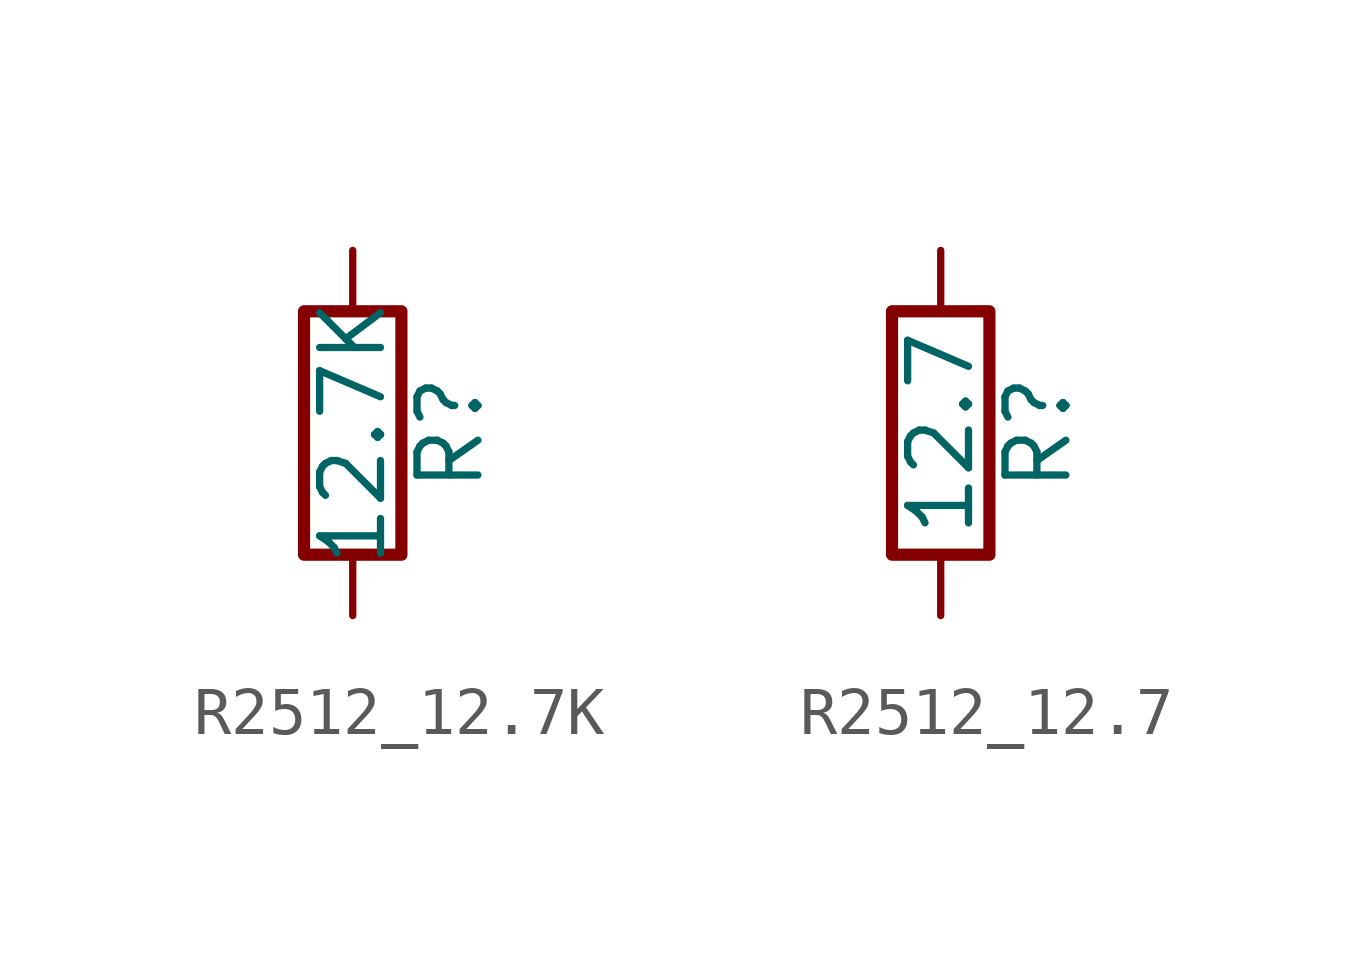
<source format=kicad_sym>
(kicad_symbol_lib
  (version 20211014)
  (generator atlantix-eda)
  (symbol "R2512_12.7K"
    (pin_numbers hide)
    (pin_names
      (offset 0))
    (property "Reference" "R"
      (at 2.032 0 90)
      (effects (font (size 1.27 1.27))))
    (property "Value" "12.7K"
      (at 0 0 90)
      (effects (font (size 1.27 1.27))))
    (symbol "R2512_12.7K_0_1"
      (rectangle (start -1.016 -2.54) (end 1.016 2.54) (stroke (width 0.254) (type default) (color 0 0 0 0)) (fill (type none))))
    (symbol "R2512_12.7K_1_1"
      (pin passive line (at 0 3.81 270) (length 1.27) (name "~" (effects (font (size 1.27 1.27)))) (number "1" (effects (font (size 1.27 1.27)))))
      (pin passive line (at 0 -3.81 90) (length 1.27) (name "~" (effects (font (size 1.27 1.27)))) (number "2" (effects (font (size 1.27 1.27)))))))
  (symbol "R2512_12.7"
    (pin_numbers hide)
    (pin_names
      (offset 0))
    (property "Reference" "R"
      (at 2.032 0 90)
      (effects (font (size 1.27 1.27))))
    (property "Value" "12.7"
      (at 0 0 90)
      (effects (font (size 1.27 1.27))))
    (symbol "R2512_12.7_0_1"
      (rectangle (start -1.016 -2.54) (end 1.016 2.54) (stroke (width 0.254) (type default) (color 0 0 0 0)) (fill (type none))))
    (symbol "R2512_12.7_1_1"
      (pin passive line (at 0 3.81 270) (length 1.27) (name "~" (effects (font (size 1.27 1.27)))) (number "1" (effects (font (size 1.27 1.27)))))
      (pin passive line (at 0 -3.81 90) (length 1.27) (name "~" (effects (font (size 1.27 1.27)))) (number "2" (effects (font (size 1.27 1.27))))))))
</source>
